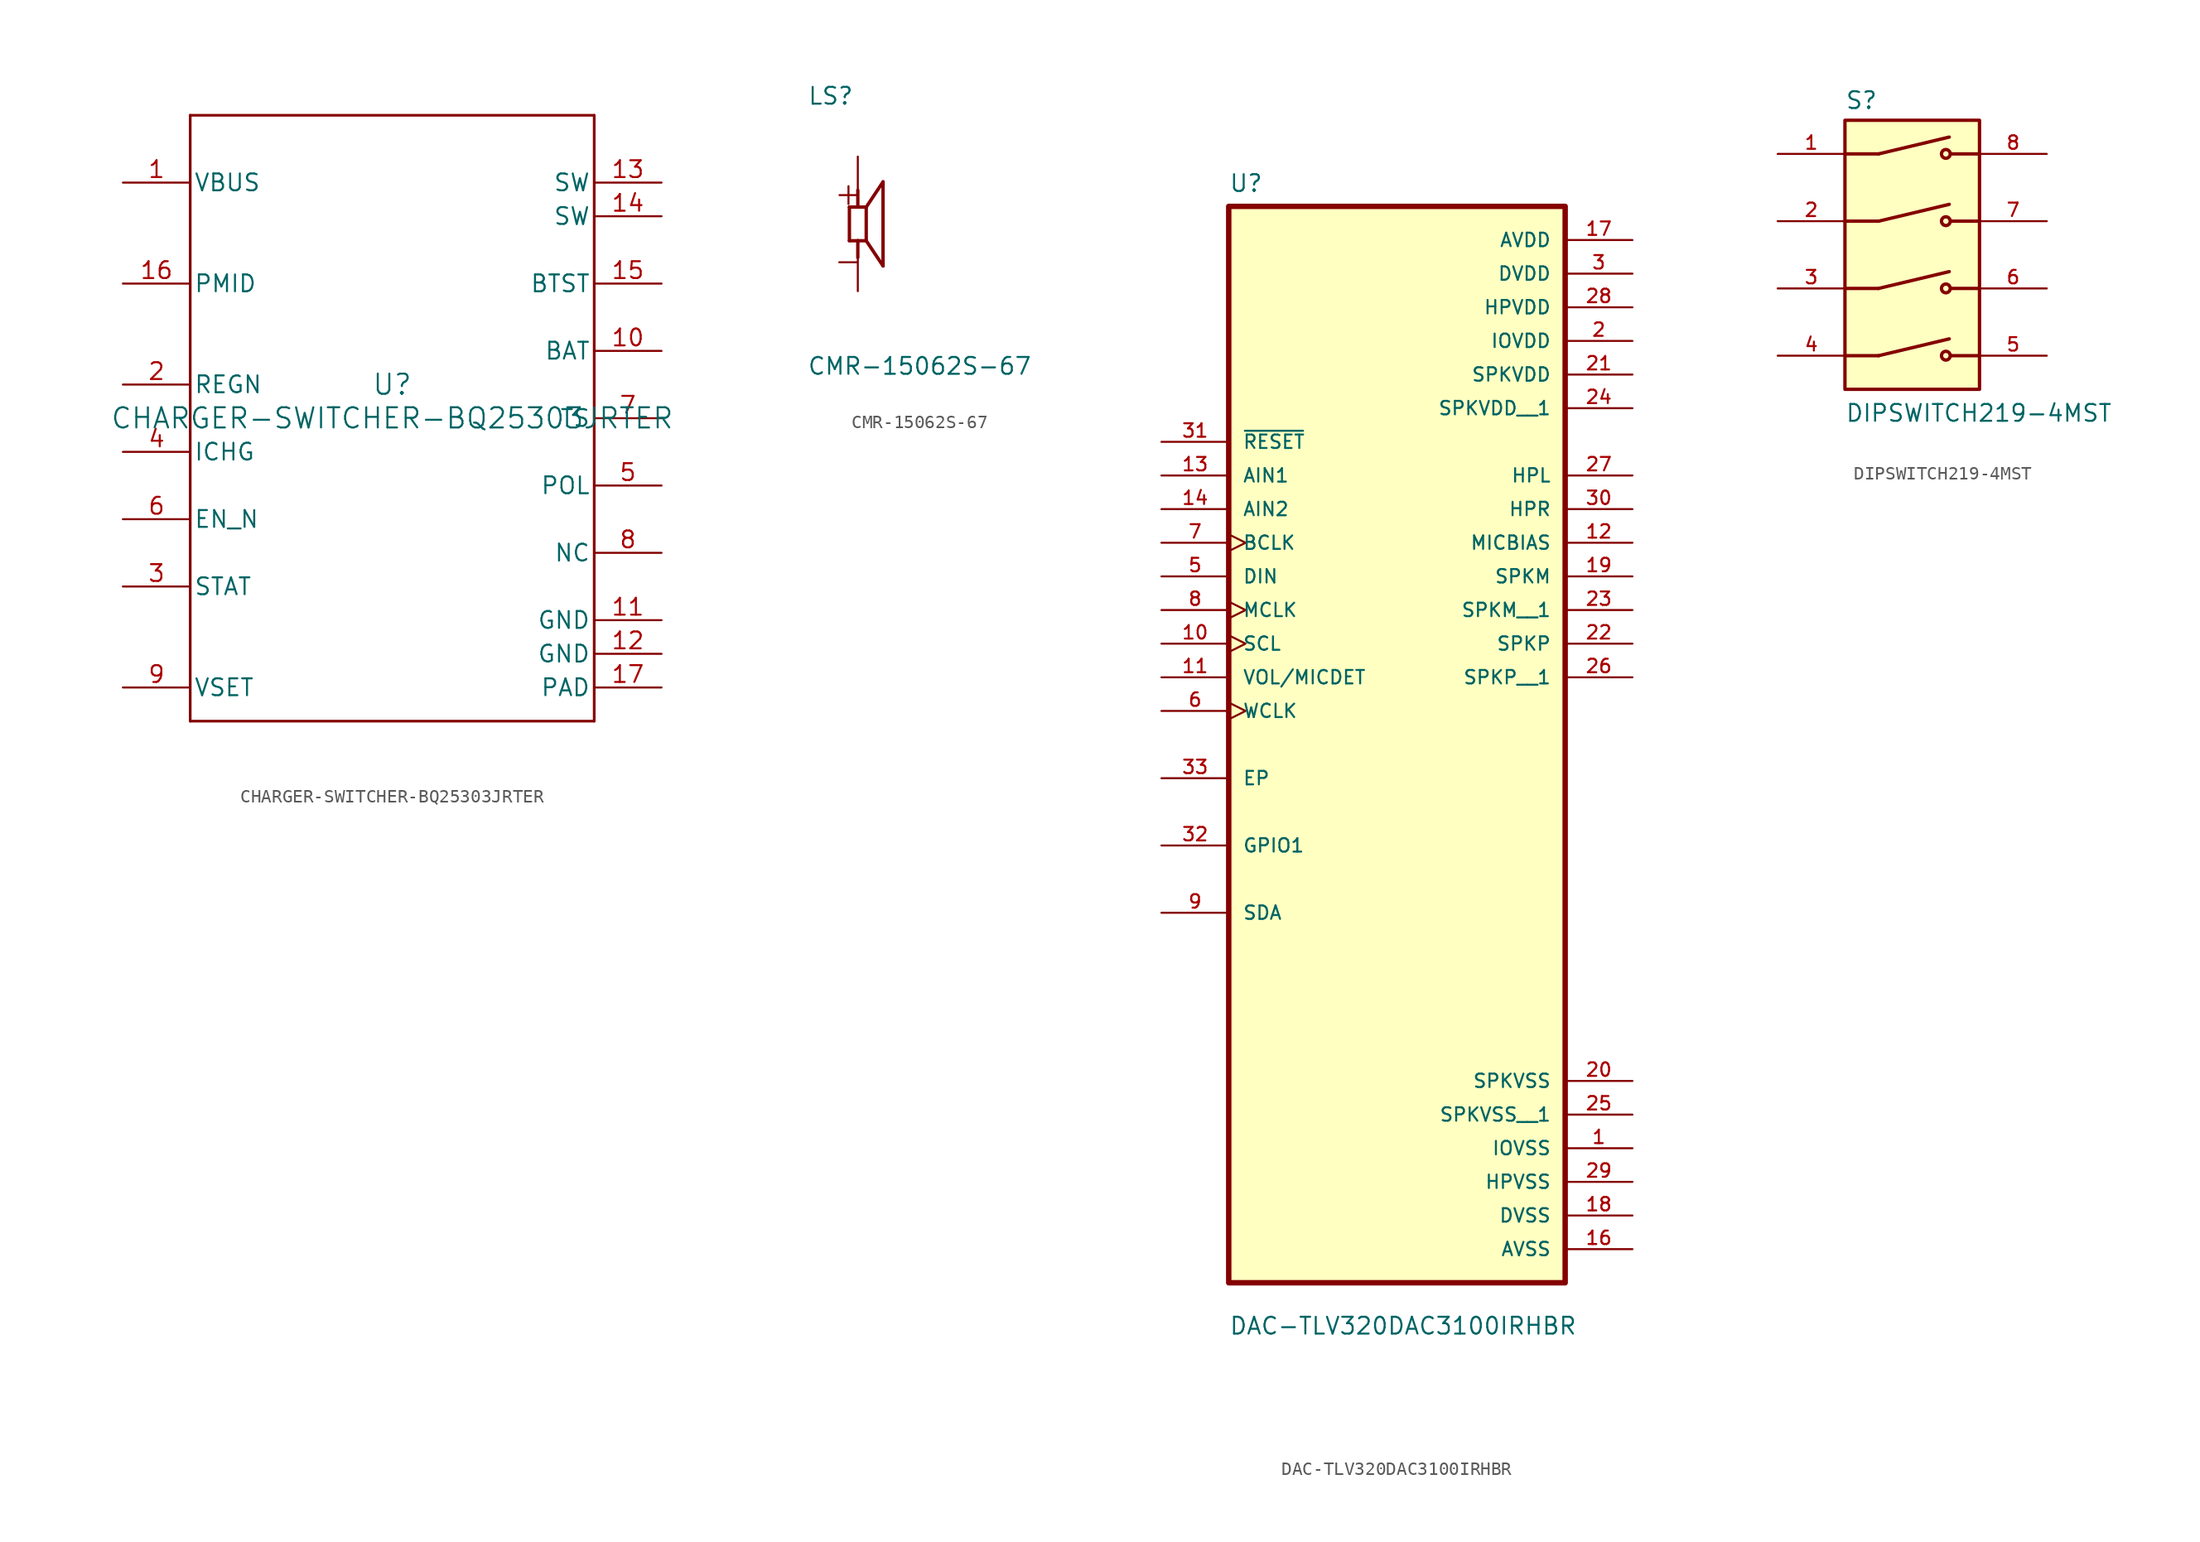
<source format=kicad_sym>
(kicad_symbol_lib
  (version 20211014)
  (generator kicad_symbol_editor)
  (symbol "CHARGER-SWITCHER-BQ25303JRTER"
    (pin_names
      (offset 0.254))
    (property "Reference" "U"
      (at 0 2.54 0)
      (effects (font (size 1.524 1.524))))
    (property "Value" "CHARGER-SWITCHER-BQ25303JRTER"
      (at 0 0 0)
      (effects (font (size 1.524 1.524))))
    (symbol "CHARGER-SWITCHER-BQ25303JRTER_0_1"
      (polyline (pts (xy -15.24 -22.86) (xy 15.24 -22.86)) (stroke (width 0.203) (type default) (color 0 0 0 0)) (fill (type none)))
      (polyline (pts (xy -15.24 22.86) (xy -15.24 -22.86)) (stroke (width 0.203) (type default) (color 0 0 0 0)) (fill (type none)))
      (polyline (pts (xy 15.24 -22.86) (xy 15.24 22.86)) (stroke (width 0.203) (type default) (color 0 0 0 0)) (fill (type none)))
      (polyline (pts (xy 15.24 22.86) (xy -15.24 22.86)) (stroke (width 0.203) (type default) (color 0 0 0 0)) (fill (type none)))
      (pin power_in line (at -20.32 17.78 0) (length 5.08) (name "VBUS" (effects (font (size 1.27 1.27)))) (number "1" (effects (font (size 1.27 1.27)))))
      (pin power_in line (at 20.32 5.08 180) (length 5.08) (name "BAT" (effects (font (size 1.27 1.27)))) (number "10" (effects (font (size 1.27 1.27)))))
      (pin power_in line (at 20.32 -15.24 180) (length 5.08) (name "GND" (effects (font (size 1.27 1.27)))) (number "11" (effects (font (size 1.27 1.27)))))
      (pin power_in line (at 20.32 -17.78 180) (length 5.08) (name "GND" (effects (font (size 1.27 1.27)))) (number "12" (effects (font (size 1.27 1.27)))))
      (pin power_in line (at 20.32 17.78 180) (length 5.08) (name "SW" (effects (font (size 1.27 1.27)))) (number "13" (effects (font (size 1.27 1.27)))))
      (pin power_in line (at 20.32 15.24 180) (length 5.08) (name "SW" (effects (font (size 1.27 1.27)))) (number "14" (effects (font (size 1.27 1.27)))))
      (pin power_in line (at 20.32 10.16 180) (length 5.08) (name "BTST" (effects (font (size 1.27 1.27)))) (number "15" (effects (font (size 1.27 1.27)))))
      (pin output line (at -20.32 10.16 0) (length 5.08) (name "PMID" (effects (font (size 1.27 1.27)))) (number "16" (effects (font (size 1.27 1.27)))))
      (pin power_in line (at 20.32 -20.32 180) (length 5.08) (name "PAD" (effects (font (size 1.27 1.27)))) (number "17" (effects (font (size 1.27 1.27)))))
      (pin power_in line (at -20.32 2.54 0) (length 5.08) (name "REGN" (effects (font (size 1.27 1.27)))) (number "2" (effects (font (size 1.27 1.27)))))
      (pin open_collector line (at -20.32 -12.7 0) (length 5.08) (name "STAT" (effects (font (size 1.27 1.27)))) (number "3" (effects (font (size 1.27 1.27)))))
      (pin output line (at -20.32 -2.54 0) (length 5.08) (name "ICHG" (effects (font (size 1.27 1.27)))) (number "4" (effects (font (size 1.27 1.27)))))
      (pin unspecified line (at 20.32 -5.08 180) (length 5.08) (name "POL" (effects (font (size 1.27 1.27)))) (number "5" (effects (font (size 1.27 1.27)))))
      (pin input line (at -20.32 -7.62 0) (length 5.08) (name "EN_N" (effects (font (size 1.27 1.27)))) (number "6" (effects (font (size 1.27 1.27)))))
      (pin input line (at 20.32 0 180) (length 5.08) (name "TS" (effects (font (size 1.27 1.27)))) (number "7" (effects (font (size 1.27 1.27)))))
      (pin unspecified line (at 20.32 -10.16 180) (length 5.08) (name "NC" (effects (font (size 1.27 1.27)))) (number "8" (effects (font (size 1.27 1.27)))))
      (pin input line (at -20.32 -20.32 0) (length 5.08) (name "VSET" (effects (font (size 1.27 1.27)))) (number "9" (effects (font (size 1.27 1.27)))))))
  (symbol "CMR-15062S-67"
    (pin_numbers hide)
    (pin_names
      (offset 1.016) hide)
    (property "Reference" "LS"
      (at -3.81 8.915 0)
      (effects (font (size 1.27 1.27)) (justify left bottom)))
    (property "Value" "CMR-15062S-67"
      (at -3.835 -11.481 0)
      (effects (font (size 1.27 1.27)) (justify left bottom)))
    (symbol "CMR-15062S-67_0_0"
      (polyline (pts (xy -0.635 -1.27) (xy -0.635 1.27)) (stroke (width 0.254) (type default) (color 0 0 0 0)) (fill (type none)))
      (polyline (pts (xy -0.635 1.27) (xy 0 1.27)) (stroke (width 0.254) (type default) (color 0 0 0 0)) (fill (type none)))
      (polyline (pts (xy 0 -1.27) (xy -0.635 -1.27)) (stroke (width 0.254) (type default) (color 0 0 0 0)) (fill (type none)))
      (polyline (pts (xy 0 -1.27) (xy 0 -2.54)) (stroke (width 0.254) (type default) (color 0 0 0 0)) (fill (type none)))
      (polyline (pts (xy 0 1.27) (xy 0 2.54)) (stroke (width 0.254) (type default) (color 0 0 0 0)) (fill (type none)))
      (polyline (pts (xy 0 1.27) (xy 0.635 1.27)) (stroke (width 0.254) (type default) (color 0 0 0 0)) (fill (type none)))
      (polyline (pts (xy 0.635 -1.27) (xy 0 -1.27)) (stroke (width 0.254) (type default) (color 0 0 0 0)) (fill (type none)))
      (polyline (pts (xy 0.635 1.27) (xy 0.635 -1.27)) (stroke (width 0.254) (type default) (color 0 0 0 0)) (fill (type none)))
      (polyline (pts (xy 0.635 1.27) (xy 1.905 3.175)) (stroke (width 0.254) (type default) (color 0 0 0 0)) (fill (type none)))
      (polyline (pts (xy 1.905 -3.175) (xy 0.635 -1.27)) (stroke (width 0.254) (type default) (color 0 0 0 0)) (fill (type none)))
      (polyline (pts (xy 1.905 3.175) (xy 1.905 -3.175)) (stroke (width 0.254) (type default) (color 0 0 0 0)) (fill (type none)))
      (text "+" (at -1.905 1.27 0) (effects (font (size 1.778 1.778)) (justify left bottom)))
      (text "-" (at -1.93 -3.81 0) (effects (font (size 1.803 1.803)) (justify left bottom)))
      (pin passive line (at 0 -5.08 90) (length 2.54) (name "~" (effects (font (size 1.016 1.016)))) (number "N" (effects (font (size 1.016 1.016)))))
      (pin passive line (at 0 5.08 270) (length 2.54) (name "~" (effects (font (size 1.016 1.016)))) (number "P" (effects (font (size 1.016 1.016)))))))
  (symbol "DAC-TLV320DAC3100IRHBR"
    (pin_names
      (offset 1.016))
    (property "Reference" "U"
      (at -12.7 36.56 0)
      (effects (font (size 1.27 1.27)) (justify left bottom)))
    (property "Value" "DAC-TLV320DAC3100IRHBR"
      (at -12.7 -49.72 0)
      (effects (font (size 1.27 1.27)) (justify left bottom)))
    (symbol "DAC-TLV320DAC3100IRHBR_0_0"
      (rectangle (start -12.7 -45.72) (end 12.7 35.56) (stroke (width 0.41) (type default) (color 0 0 0 0)) (fill (type background)))
      (pin power_in line (at 17.78 -35.56 180) (length 5.08) (name "IOVSS" (effects (font (size 1.016 1.016)))) (number "1" (effects (font (size 1.016 1.016)))))
      (pin input clock (at -17.78 2.54 0) (length 5.08) (name "SCL" (effects (font (size 1.016 1.016)))) (number "10" (effects (font (size 1.016 1.016)))))
      (pin input line (at -17.78 0 0) (length 5.08) (name "VOL/MICDET" (effects (font (size 1.016 1.016)))) (number "11" (effects (font (size 1.016 1.016)))))
      (pin output line (at 17.78 10.16 180) (length 5.08) (name "MICBIAS" (effects (font (size 1.016 1.016)))) (number "12" (effects (font (size 1.016 1.016)))))
      (pin input line (at -17.78 15.24 0) (length 5.08) (name "AIN1" (effects (font (size 1.016 1.016)))) (number "13" (effects (font (size 1.016 1.016)))))
      (pin input line (at -17.78 12.7 0) (length 5.08) (name "AIN2" (effects (font (size 1.016 1.016)))) (number "14" (effects (font (size 1.016 1.016)))))
      (pin power_in line (at 17.78 -43.18 180) (length 5.08) (name "AVSS" (effects (font (size 1.016 1.016)))) (number "16" (effects (font (size 1.016 1.016)))))
      (pin power_in line (at 17.78 33.02 180) (length 5.08) (name "AVDD" (effects (font (size 1.016 1.016)))) (number "17" (effects (font (size 1.016 1.016)))))
      (pin power_in line (at 17.78 -40.64 180) (length 5.08) (name "DVSS" (effects (font (size 1.016 1.016)))) (number "18" (effects (font (size 1.016 1.016)))))
      (pin output line (at 17.78 7.62 180) (length 5.08) (name "SPKM" (effects (font (size 1.016 1.016)))) (number "19" (effects (font (size 1.016 1.016)))))
      (pin power_in line (at 17.78 25.4 180) (length 5.08) (name "IOVDD" (effects (font (size 1.016 1.016)))) (number "2" (effects (font (size 1.016 1.016)))))
      (pin power_in line (at 17.78 -30.48 180) (length 5.08) (name "SPKVSS" (effects (font (size 1.016 1.016)))) (number "20" (effects (font (size 1.016 1.016)))))
      (pin power_in line (at 17.78 22.86 180) (length 5.08) (name "SPKVDD" (effects (font (size 1.016 1.016)))) (number "21" (effects (font (size 1.016 1.016)))))
      (pin output line (at 17.78 2.54 180) (length 5.08) (name "SPKP" (effects (font (size 1.016 1.016)))) (number "22" (effects (font (size 1.016 1.016)))))
      (pin output line (at 17.78 5.08 180) (length 5.08) (name "SPKM__1" (effects (font (size 1.016 1.016)))) (number "23" (effects (font (size 1.016 1.016)))))
      (pin power_in line (at 17.78 20.32 180) (length 5.08) (name "SPKVDD__1" (effects (font (size 1.016 1.016)))) (number "24" (effects (font (size 1.016 1.016)))))
      (pin power_in line (at 17.78 -33.02 180) (length 5.08) (name "SPKVSS__1" (effects (font (size 1.016 1.016)))) (number "25" (effects (font (size 1.016 1.016)))))
      (pin output line (at 17.78 0 180) (length 5.08) (name "SPKP__1" (effects (font (size 1.016 1.016)))) (number "26" (effects (font (size 1.016 1.016)))))
      (pin output line (at 17.78 15.24 180) (length 5.08) (name "HPL" (effects (font (size 1.016 1.016)))) (number "27" (effects (font (size 1.016 1.016)))))
      (pin power_in line (at 17.78 27.94 180) (length 5.08) (name "HPVDD" (effects (font (size 1.016 1.016)))) (number "28" (effects (font (size 1.016 1.016)))))
      (pin power_in line (at 17.78 -38.1 180) (length 5.08) (name "HPVSS" (effects (font (size 1.016 1.016)))) (number "29" (effects (font (size 1.016 1.016)))))
      (pin power_in line (at 17.78 30.48 180) (length 5.08) (name "DVDD" (effects (font (size 1.016 1.016)))) (number "3" (effects (font (size 1.016 1.016)))))
      (pin output line (at 17.78 12.7 180) (length 5.08) (name "HPR" (effects (font (size 1.016 1.016)))) (number "30" (effects (font (size 1.016 1.016)))))
      (pin input line (at -17.78 17.78 0) (length 5.08) (name "~{RESET}" (effects (font (size 1.016 1.016)))) (number "31" (effects (font (size 1.016 1.016)))))
      (pin bidirectional line (at -17.78 -12.7 0) (length 5.08) (name "GPIO1" (effects (font (size 1.016 1.016)))) (number "32" (effects (font (size 1.016 1.016)))))
      (pin bidirectional line (at -17.78 -7.62 0) (length 5.08) (name "EP" (effects (font (size 1.016 1.016)))) (number "33" (effects (font (size 1.016 1.016)))))
      (pin input line (at -17.78 7.62 0) (length 5.08) (name "DIN" (effects (font (size 1.016 1.016)))) (number "5" (effects (font (size 1.016 1.016)))))
      (pin input clock (at -17.78 -2.54 0) (length 5.08) (name "WCLK" (effects (font (size 1.016 1.016)))) (number "6" (effects (font (size 1.016 1.016)))))
      (pin input clock (at -17.78 10.16 0) (length 5.08) (name "BCLK" (effects (font (size 1.016 1.016)))) (number "7" (effects (font (size 1.016 1.016)))))
      (pin input clock (at -17.78 5.08 0) (length 5.08) (name "MCLK" (effects (font (size 1.016 1.016)))) (number "8" (effects (font (size 1.016 1.016)))))
      (pin bidirectional line (at -17.78 -17.78 0) (length 5.08) (name "SDA" (effects (font (size 1.016 1.016)))) (number "9" (effects (font (size 1.016 1.016)))))))
  (symbol "DIPSWITCH219-4MST"
    (pin_names
      (offset 1.016))
    (property "Reference" "S"
      (at -5.08 10.922 0)
      (effects (font (size 1.27 1.27)) (justify left bottom)))
    (property "Value" "DIPSWITCH219-4MST"
      (at -5.08 -12.7 0)
      (effects (font (size 1.27 1.27)) (justify left bottom)))
    (symbol "DIPSWITCH219-4MST_0_0"
      (rectangle (start -5.08 -10.16) (end 5.08 10.16) (stroke (width 0.254) (type default) (color 0 0 0 0)) (fill (type background)))
      (polyline (pts (xy -2.54 -7.62) (xy -5.08 -7.62)) (stroke (width 0.254) (type default) (color 0 0 0 0)) (fill (type none)))
      (polyline (pts (xy -2.54 -7.62) (xy 2.794 -6.35)) (stroke (width 0.254) (type default) (color 0 0 0 0)) (fill (type none)))
      (polyline (pts (xy -2.54 -2.54) (xy -5.08 -2.54)) (stroke (width 0.254) (type default) (color 0 0 0 0)) (fill (type none)))
      (polyline (pts (xy -2.54 -2.54) (xy 2.794 -1.27)) (stroke (width 0.254) (type default) (color 0 0 0 0)) (fill (type none)))
      (polyline (pts (xy -2.54 2.54) (xy -5.08 2.54)) (stroke (width 0.254) (type default) (color 0 0 0 0)) (fill (type none)))
      (polyline (pts (xy -2.54 2.54) (xy 2.794 3.81)) (stroke (width 0.254) (type default) (color 0 0 0 0)) (fill (type none)))
      (polyline (pts (xy -2.54 7.62) (xy -5.08 7.62)) (stroke (width 0.254) (type default) (color 0 0 0 0)) (fill (type none)))
      (polyline (pts (xy -2.54 7.62) (xy 2.794 8.89)) (stroke (width 0.254) (type default) (color 0 0 0 0)) (fill (type none)))
      (polyline (pts (xy 5.08 -7.62) (xy 2.921 -7.62)) (stroke (width 0.254) (type default) (color 0 0 0 0)) (fill (type none)))
      (polyline (pts (xy 5.08 -2.54) (xy 2.921 -2.54)) (stroke (width 0.254) (type default) (color 0 0 0 0)) (fill (type none)))
      (polyline (pts (xy 5.08 2.54) (xy 2.921 2.54)) (stroke (width 0.254) (type default) (color 0 0 0 0)) (fill (type none)))
      (polyline (pts (xy 5.08 7.62) (xy 2.921 7.62)) (stroke (width 0.254) (type default) (color 0 0 0 0)) (fill (type none)))
      (circle (center 2.54 -7.62) (radius 0.33) (stroke (width 0.254) (type default) (color 0 0 0 0)) (fill (type none)))
      (circle (center 2.54 -2.54) (radius 0.33) (stroke (width 0.254) (type default) (color 0 0 0 0)) (fill (type none)))
      (circle (center 2.54 2.54) (radius 0.33) (stroke (width 0.254) (type default) (color 0 0 0 0)) (fill (type none)))
      (circle (center 2.54 7.62) (radius 0.33) (stroke (width 0.254) (type default) (color 0 0 0 0)) (fill (type none)))
      (pin passive line (at -10.16 7.62 0) (length 5.08) (name "~" (effects (font (size 1.016 1.016)))) (number "1" (effects (font (size 1.016 1.016)))))
      (pin passive line (at -10.16 2.54 0) (length 5.08) (name "~" (effects (font (size 1.016 1.016)))) (number "2" (effects (font (size 1.016 1.016)))))
      (pin passive line (at -10.16 -2.54 0) (length 5.08) (name "~" (effects (font (size 1.016 1.016)))) (number "3" (effects (font (size 1.016 1.016)))))
      (pin passive line (at -10.16 -7.62 0) (length 5.08) (name "~" (effects (font (size 1.016 1.016)))) (number "4" (effects (font (size 1.016 1.016)))))
      (pin passive line (at 10.16 -7.62 180) (length 5.08) (name "~" (effects (font (size 1.016 1.016)))) (number "5" (effects (font (size 1.016 1.016)))))
      (pin passive line (at 10.16 -2.54 180) (length 5.08) (name "~" (effects (font (size 1.016 1.016)))) (number "6" (effects (font (size 1.016 1.016)))))
      (pin passive line (at 10.16 2.54 180) (length 5.08) (name "~" (effects (font (size 1.016 1.016)))) (number "7" (effects (font (size 1.016 1.016)))))
      (pin passive line (at 10.16 7.62 180) (length 5.08) (name "~" (effects (font (size 1.016 1.016)))) (number "8" (effects (font (size 1.016 1.016))))))))
</source>
